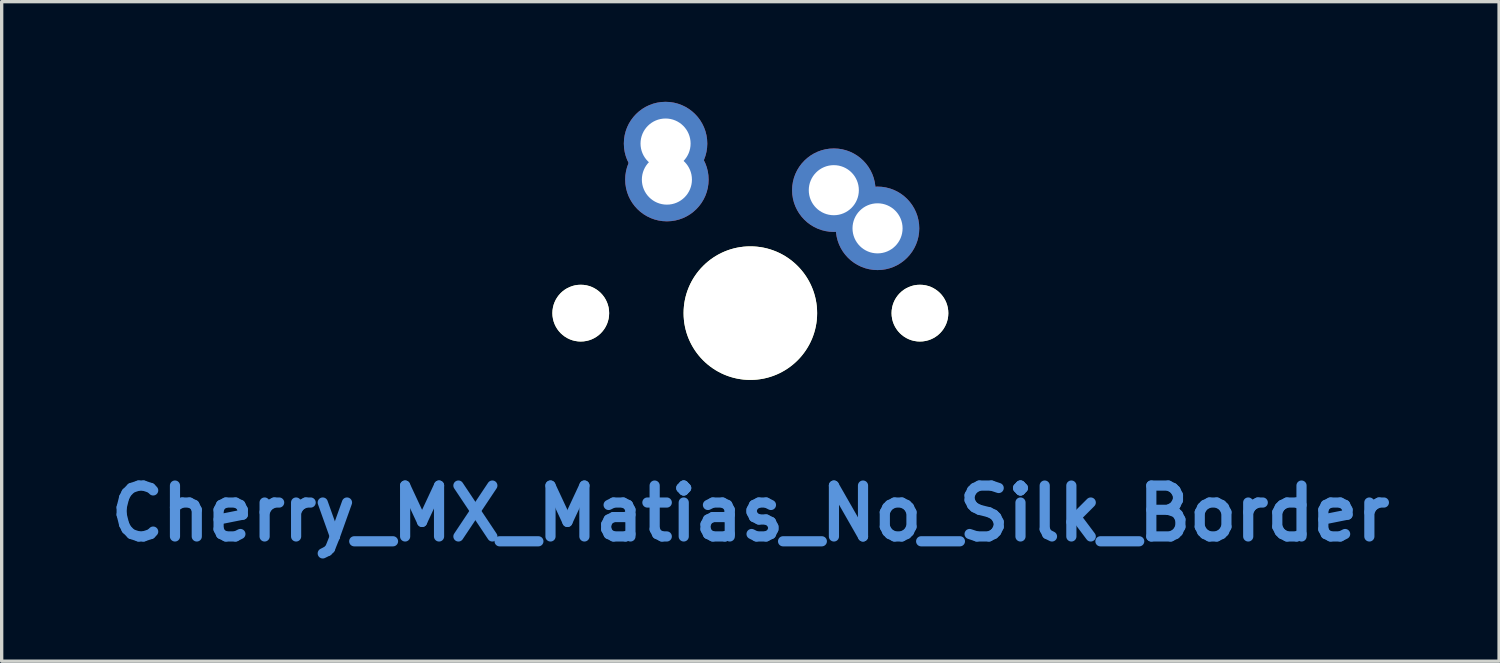
<source format=kicad_pcb>
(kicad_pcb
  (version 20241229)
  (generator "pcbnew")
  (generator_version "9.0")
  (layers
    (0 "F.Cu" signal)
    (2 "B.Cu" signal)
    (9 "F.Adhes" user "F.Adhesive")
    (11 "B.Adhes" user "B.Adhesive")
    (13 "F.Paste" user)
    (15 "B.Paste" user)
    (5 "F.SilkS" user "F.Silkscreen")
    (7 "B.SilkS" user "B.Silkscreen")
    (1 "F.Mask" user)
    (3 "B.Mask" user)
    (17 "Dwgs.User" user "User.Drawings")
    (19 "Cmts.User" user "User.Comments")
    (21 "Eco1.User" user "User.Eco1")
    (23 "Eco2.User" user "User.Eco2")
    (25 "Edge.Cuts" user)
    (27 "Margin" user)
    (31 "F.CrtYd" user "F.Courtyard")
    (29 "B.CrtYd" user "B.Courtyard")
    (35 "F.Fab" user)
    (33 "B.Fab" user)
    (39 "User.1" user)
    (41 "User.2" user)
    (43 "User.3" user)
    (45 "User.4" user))
  (footprint "Cherry_MX_Matias_No_Silk_Border"
    (layer "F.Cu")
    (at 19.427 6.33)
    (property "Reference" "Cherry_MX_Matias_No_Silk_Border" (at 0 6 0) (layer "Cmts.User") (effects (font (size 1.524 1.524) (thickness 0.305))))
    (attr through_hole)
    (pad "" np_thru_hole circle (at -5.08 0) (size 1.7 1.7) (drill 1.7) (layers "*.Cu" "*.Mask" "F.SilkS"))
    (pad "" np_thru_hole circle (at 0 0) (size 4 4) (drill 4) (layers "*.Cu" "*.Mask" "F.SilkS"))
    (pad "" np_thru_hole circle (at 5.08 0) (size 1.7 1.7) (drill 1.7) (layers "*.Cu" "*.Mask" "F.SilkS"))
    (pad "1" thru_hole circle (at -2.54 -5.08) (size 2.5 2.5) (drill 1.5) (layers "*.Cu" "*.Mask"))
    (pad "1" thru_hole circle (at -2.5 -4) (size 2.5 2.5) (drill 1.5) (layers "*.Cu" "*.Mask"))
    (pad "2" thru_hole circle (at 2.5 -3.683) (size 2.5 2.5) (drill 1.5) (layers "*.Cu" "*.Mask"))
    (pad "2" thru_hole circle (at 3.81 -2.54) (size 2.5 2.5) (drill 1.5) (layers "*.Cu" "*.Mask")))
  (gr_rect
    (start -3 -3)
    (end 41.855 16.756)
    (stroke (width 0.1) (type default))
    (fill no)
    (layer "Edge.Cuts")))
</source>
